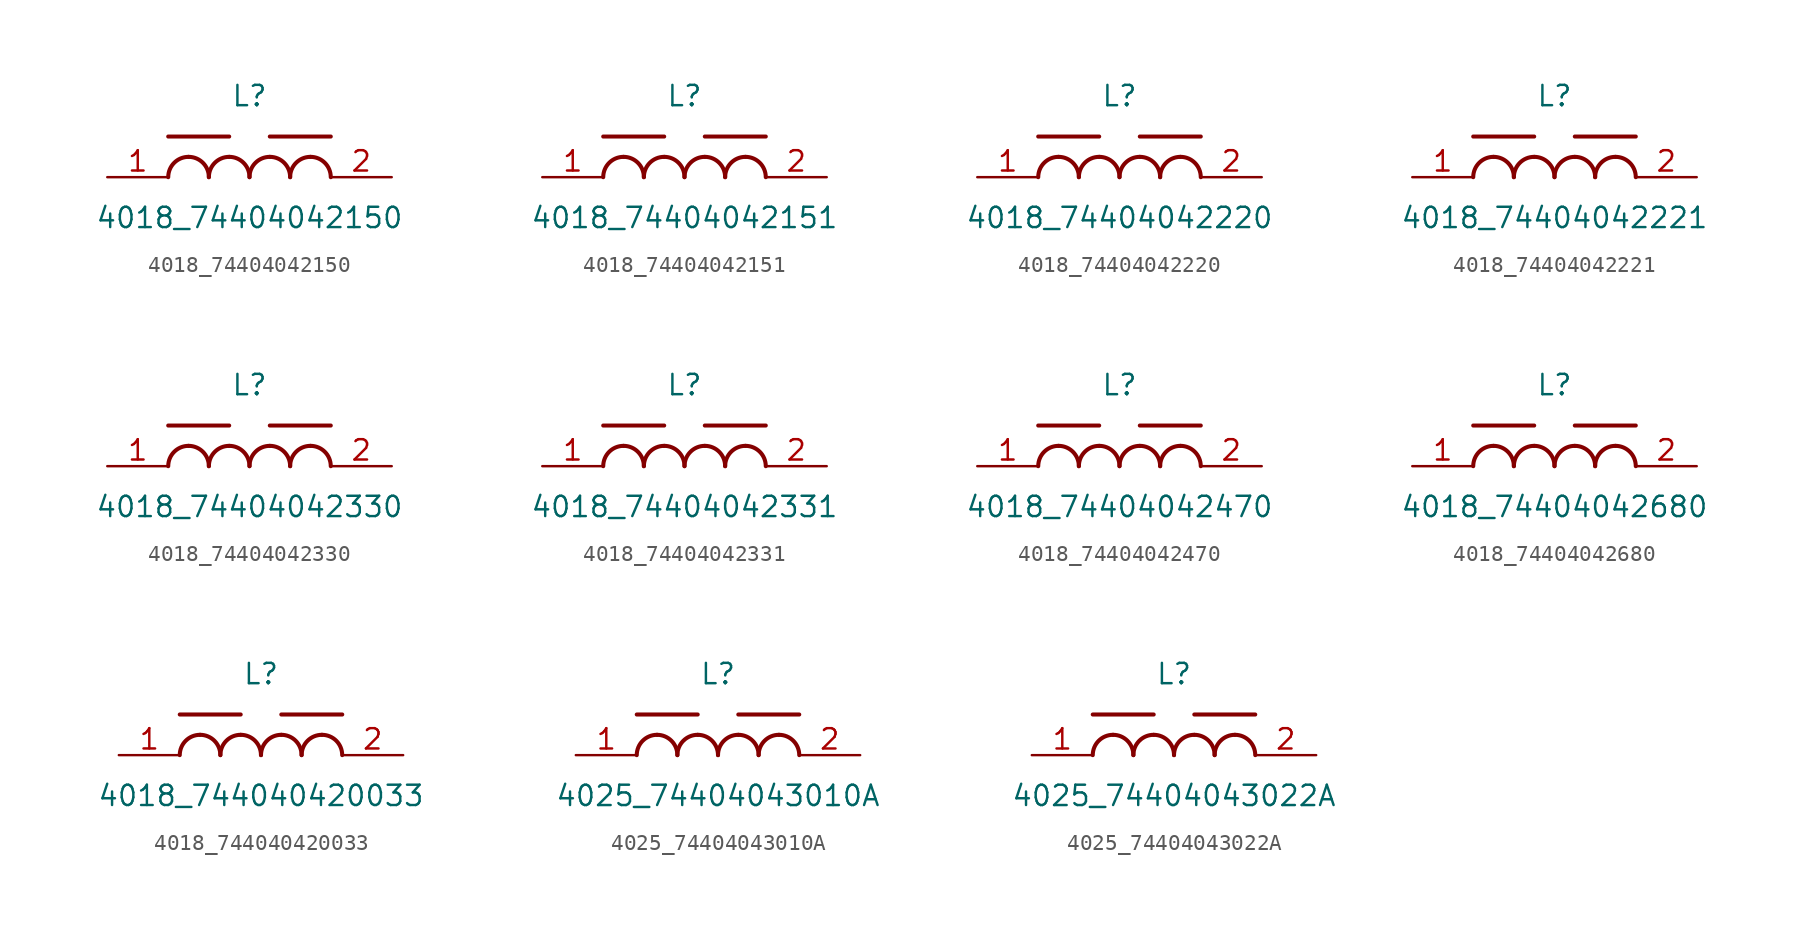
<source format=kicad_sym>
(kicad_symbol_lib
  (version 20211014)
  (generator kicad_symbol_editor)
  (symbol "Inductor_Wurth_WE-LQS:4018_74404042150"
    (pin_names hide)
    (property "Reference" "L"
      (at 0 5.08 0)
      (effects (font (size 1.27 1.27))))
    (property "Value" "4018_74404042150"
      (at 0 -2.54 0)
      (effects (font (size 1.27 1.27))))
    (symbol "4018_74404042150_0_1"
      (arc (start -3.81 1.27) (mid -4.708 0.898) (end -5.08 0) (stroke (width 0.254) (type default) (color 0 0 0 0)) (fill (type none)))
      (arc (start -2.54 0) (mid -2.912 0.898) (end -3.81 1.27) (stroke (width 0.254) (type default) (color 0 0 0 0)) (fill (type none)))
      (arc (start -1.2699 1.2701) (mid -2.1679 0.8981) (end -2.5399 0.0001) (stroke (width 0.254) (type default) (color 0 0 0 0)) (fill (type none)))
      (polyline (pts (xy -5.08 2.54) (xy -1.27 2.54)) (stroke (width 0.254) (type default) (color 0 0 0 0)) (fill (type none)))
      (polyline (pts (xy 5.08 2.54) (xy 1.27 2.54)) (stroke (width 0.254) (type default) (color 0 0 0 0)) (fill (type none)))
      (arc (start 0.0001 0.0001) (mid -0.3719 0.8981) (end -1.2699 1.2701) (stroke (width 0.254) (type default) (color 0 0 0 0)) (fill (type none)))
      (arc (start 1.2701 1.2701) (mid 0.3721 0.8981) (end 0.0001 0.0001) (stroke (width 0.254) (type default) (color 0 0 0 0)) (fill (type none)))
      (arc (start 2.5401 0.0001) (mid 2.1681 0.8981) (end 1.2701 1.2701) (stroke (width 0.254) (type default) (color 0 0 0 0)) (fill (type none)))
      (arc (start 3.8101 1.2701) (mid 2.9121 0.8981) (end 2.5401 0.0001) (stroke (width 0.254) (type default) (color 0 0 0 0)) (fill (type none)))
      (arc (start 5.0801 0.0001) (mid 4.7081 0.8981) (end 3.8101 1.2701) (stroke (width 0.254) (type default) (color 0 0 0 0)) (fill (type none))))
    (symbol "4018_74404042150_1_1"
      (pin passive line (at -8.89 0 0) (length 3.81) (name "1" (effects (font (size 1.27 1.27)))) (number "1" (effects (font (size 1.27 1.27)))))
      (pin passive line (at 8.89 0 180) (length 3.81) (name "2" (effects (font (size 1.27 1.27)))) (number "2" (effects (font (size 1.27 1.27)))))))
  (symbol "Inductor_Wurth_WE-LQS:4018_74404042151"
    (pin_names hide)
    (property "Reference" "L"
      (at 0 5.08 0)
      (effects (font (size 1.27 1.27))))
    (property "Value" "4018_74404042151"
      (at 0 -2.54 0)
      (effects (font (size 1.27 1.27))))
    (symbol "4018_74404042151_0_1"
      (arc (start -3.81 1.27) (mid -4.708 0.898) (end -5.08 0) (stroke (width 0.254) (type default) (color 0 0 0 0)) (fill (type none)))
      (arc (start -2.54 0) (mid -2.912 0.898) (end -3.81 1.27) (stroke (width 0.254) (type default) (color 0 0 0 0)) (fill (type none)))
      (arc (start -1.2699 1.2701) (mid -2.1679 0.8981) (end -2.5399 0.0001) (stroke (width 0.254) (type default) (color 0 0 0 0)) (fill (type none)))
      (polyline (pts (xy -5.08 2.54) (xy -1.27 2.54)) (stroke (width 0.254) (type default) (color 0 0 0 0)) (fill (type none)))
      (polyline (pts (xy 5.08 2.54) (xy 1.27 2.54)) (stroke (width 0.254) (type default) (color 0 0 0 0)) (fill (type none)))
      (arc (start 0.0001 0.0001) (mid -0.3719 0.8981) (end -1.2699 1.2701) (stroke (width 0.254) (type default) (color 0 0 0 0)) (fill (type none)))
      (arc (start 1.2701 1.2701) (mid 0.3721 0.8981) (end 0.0001 0.0001) (stroke (width 0.254) (type default) (color 0 0 0 0)) (fill (type none)))
      (arc (start 2.5401 0.0001) (mid 2.1681 0.8981) (end 1.2701 1.2701) (stroke (width 0.254) (type default) (color 0 0 0 0)) (fill (type none)))
      (arc (start 3.8101 1.2701) (mid 2.9121 0.8981) (end 2.5401 0.0001) (stroke (width 0.254) (type default) (color 0 0 0 0)) (fill (type none)))
      (arc (start 5.0801 0.0001) (mid 4.7081 0.8981) (end 3.8101 1.2701) (stroke (width 0.254) (type default) (color 0 0 0 0)) (fill (type none))))
    (symbol "4018_74404042151_1_1"
      (pin passive line (at -8.89 0 0) (length 3.81) (name "1" (effects (font (size 1.27 1.27)))) (number "1" (effects (font (size 1.27 1.27)))))
      (pin passive line (at 8.89 0 180) (length 3.81) (name "2" (effects (font (size 1.27 1.27)))) (number "2" (effects (font (size 1.27 1.27)))))))
  (symbol "Inductor_Wurth_WE-LQS:4018_74404042220"
    (pin_names hide)
    (property "Reference" "L"
      (at 0 5.08 0)
      (effects (font (size 1.27 1.27))))
    (property "Value" "4018_74404042220"
      (at 0 -2.54 0)
      (effects (font (size 1.27 1.27))))
    (symbol "4018_74404042220_0_1"
      (arc (start -3.81 1.27) (mid -4.708 0.898) (end -5.08 0) (stroke (width 0.254) (type default) (color 0 0 0 0)) (fill (type none)))
      (arc (start -2.54 0) (mid -2.912 0.898) (end -3.81 1.27) (stroke (width 0.254) (type default) (color 0 0 0 0)) (fill (type none)))
      (arc (start -1.2699 1.2701) (mid -2.1679 0.8981) (end -2.5399 0.0001) (stroke (width 0.254) (type default) (color 0 0 0 0)) (fill (type none)))
      (polyline (pts (xy -5.08 2.54) (xy -1.27 2.54)) (stroke (width 0.254) (type default) (color 0 0 0 0)) (fill (type none)))
      (polyline (pts (xy 5.08 2.54) (xy 1.27 2.54)) (stroke (width 0.254) (type default) (color 0 0 0 0)) (fill (type none)))
      (arc (start 0.0001 0.0001) (mid -0.3719 0.8981) (end -1.2699 1.2701) (stroke (width 0.254) (type default) (color 0 0 0 0)) (fill (type none)))
      (arc (start 1.2701 1.2701) (mid 0.3721 0.8981) (end 0.0001 0.0001) (stroke (width 0.254) (type default) (color 0 0 0 0)) (fill (type none)))
      (arc (start 2.5401 0.0001) (mid 2.1681 0.8981) (end 1.2701 1.2701) (stroke (width 0.254) (type default) (color 0 0 0 0)) (fill (type none)))
      (arc (start 3.8101 1.2701) (mid 2.9121 0.8981) (end 2.5401 0.0001) (stroke (width 0.254) (type default) (color 0 0 0 0)) (fill (type none)))
      (arc (start 5.0801 0.0001) (mid 4.7081 0.8981) (end 3.8101 1.2701) (stroke (width 0.254) (type default) (color 0 0 0 0)) (fill (type none))))
    (symbol "4018_74404042220_1_1"
      (pin passive line (at -8.89 0 0) (length 3.81) (name "1" (effects (font (size 1.27 1.27)))) (number "1" (effects (font (size 1.27 1.27)))))
      (pin passive line (at 8.89 0 180) (length 3.81) (name "2" (effects (font (size 1.27 1.27)))) (number "2" (effects (font (size 1.27 1.27)))))))
  (symbol "Inductor_Wurth_WE-LQS:4018_74404042221"
    (pin_names hide)
    (property "Reference" "L"
      (at 0 5.08 0)
      (effects (font (size 1.27 1.27))))
    (property "Value" "4018_74404042221"
      (at 0 -2.54 0)
      (effects (font (size 1.27 1.27))))
    (symbol "4018_74404042221_0_1"
      (arc (start -3.81 1.27) (mid -4.708 0.898) (end -5.08 0) (stroke (width 0.254) (type default) (color 0 0 0 0)) (fill (type none)))
      (arc (start -2.54 0) (mid -2.912 0.898) (end -3.81 1.27) (stroke (width 0.254) (type default) (color 0 0 0 0)) (fill (type none)))
      (arc (start -1.2699 1.2701) (mid -2.1679 0.8981) (end -2.5399 0.0001) (stroke (width 0.254) (type default) (color 0 0 0 0)) (fill (type none)))
      (polyline (pts (xy -5.08 2.54) (xy -1.27 2.54)) (stroke (width 0.254) (type default) (color 0 0 0 0)) (fill (type none)))
      (polyline (pts (xy 5.08 2.54) (xy 1.27 2.54)) (stroke (width 0.254) (type default) (color 0 0 0 0)) (fill (type none)))
      (arc (start 0.0001 0.0001) (mid -0.3719 0.8981) (end -1.2699 1.2701) (stroke (width 0.254) (type default) (color 0 0 0 0)) (fill (type none)))
      (arc (start 1.2701 1.2701) (mid 0.3721 0.8981) (end 0.0001 0.0001) (stroke (width 0.254) (type default) (color 0 0 0 0)) (fill (type none)))
      (arc (start 2.5401 0.0001) (mid 2.1681 0.8981) (end 1.2701 1.2701) (stroke (width 0.254) (type default) (color 0 0 0 0)) (fill (type none)))
      (arc (start 3.8101 1.2701) (mid 2.9121 0.8981) (end 2.5401 0.0001) (stroke (width 0.254) (type default) (color 0 0 0 0)) (fill (type none)))
      (arc (start 5.0801 0.0001) (mid 4.7081 0.8981) (end 3.8101 1.2701) (stroke (width 0.254) (type default) (color 0 0 0 0)) (fill (type none))))
    (symbol "4018_74404042221_1_1"
      (pin passive line (at -8.89 0 0) (length 3.81) (name "1" (effects (font (size 1.27 1.27)))) (number "1" (effects (font (size 1.27 1.27)))))
      (pin passive line (at 8.89 0 180) (length 3.81) (name "2" (effects (font (size 1.27 1.27)))) (number "2" (effects (font (size 1.27 1.27)))))))
  (symbol "Inductor_Wurth_WE-LQS:4018_74404042330"
    (pin_names hide)
    (property "Reference" "L"
      (at 0 5.08 0)
      (effects (font (size 1.27 1.27))))
    (property "Value" "4018_74404042330"
      (at 0 -2.54 0)
      (effects (font (size 1.27 1.27))))
    (symbol "4018_74404042330_0_1"
      (arc (start -3.81 1.27) (mid -4.708 0.898) (end -5.08 0) (stroke (width 0.254) (type default) (color 0 0 0 0)) (fill (type none)))
      (arc (start -2.54 0) (mid -2.912 0.898) (end -3.81 1.27) (stroke (width 0.254) (type default) (color 0 0 0 0)) (fill (type none)))
      (arc (start -1.2699 1.2701) (mid -2.1679 0.8981) (end -2.5399 0.0001) (stroke (width 0.254) (type default) (color 0 0 0 0)) (fill (type none)))
      (polyline (pts (xy -5.08 2.54) (xy -1.27 2.54)) (stroke (width 0.254) (type default) (color 0 0 0 0)) (fill (type none)))
      (polyline (pts (xy 5.08 2.54) (xy 1.27 2.54)) (stroke (width 0.254) (type default) (color 0 0 0 0)) (fill (type none)))
      (arc (start 0.0001 0.0001) (mid -0.3719 0.8981) (end -1.2699 1.2701) (stroke (width 0.254) (type default) (color 0 0 0 0)) (fill (type none)))
      (arc (start 1.2701 1.2701) (mid 0.3721 0.8981) (end 0.0001 0.0001) (stroke (width 0.254) (type default) (color 0 0 0 0)) (fill (type none)))
      (arc (start 2.5401 0.0001) (mid 2.1681 0.8981) (end 1.2701 1.2701) (stroke (width 0.254) (type default) (color 0 0 0 0)) (fill (type none)))
      (arc (start 3.8101 1.2701) (mid 2.9121 0.8981) (end 2.5401 0.0001) (stroke (width 0.254) (type default) (color 0 0 0 0)) (fill (type none)))
      (arc (start 5.0801 0.0001) (mid 4.7081 0.8981) (end 3.8101 1.2701) (stroke (width 0.254) (type default) (color 0 0 0 0)) (fill (type none))))
    (symbol "4018_74404042330_1_1"
      (pin passive line (at -8.89 0 0) (length 3.81) (name "1" (effects (font (size 1.27 1.27)))) (number "1" (effects (font (size 1.27 1.27)))))
      (pin passive line (at 8.89 0 180) (length 3.81) (name "2" (effects (font (size 1.27 1.27)))) (number "2" (effects (font (size 1.27 1.27)))))))
  (symbol "Inductor_Wurth_WE-LQS:4018_74404042331"
    (pin_names hide)
    (property "Reference" "L"
      (at 0 5.08 0)
      (effects (font (size 1.27 1.27))))
    (property "Value" "4018_74404042331"
      (at 0 -2.54 0)
      (effects (font (size 1.27 1.27))))
    (symbol "4018_74404042331_0_1"
      (arc (start -3.81 1.27) (mid -4.708 0.898) (end -5.08 0) (stroke (width 0.254) (type default) (color 0 0 0 0)) (fill (type none)))
      (arc (start -2.54 0) (mid -2.912 0.898) (end -3.81 1.27) (stroke (width 0.254) (type default) (color 0 0 0 0)) (fill (type none)))
      (arc (start -1.2699 1.2701) (mid -2.1679 0.8981) (end -2.5399 0.0001) (stroke (width 0.254) (type default) (color 0 0 0 0)) (fill (type none)))
      (polyline (pts (xy -5.08 2.54) (xy -1.27 2.54)) (stroke (width 0.254) (type default) (color 0 0 0 0)) (fill (type none)))
      (polyline (pts (xy 5.08 2.54) (xy 1.27 2.54)) (stroke (width 0.254) (type default) (color 0 0 0 0)) (fill (type none)))
      (arc (start 0.0001 0.0001) (mid -0.3719 0.8981) (end -1.2699 1.2701) (stroke (width 0.254) (type default) (color 0 0 0 0)) (fill (type none)))
      (arc (start 1.2701 1.2701) (mid 0.3721 0.8981) (end 0.0001 0.0001) (stroke (width 0.254) (type default) (color 0 0 0 0)) (fill (type none)))
      (arc (start 2.5401 0.0001) (mid 2.1681 0.8981) (end 1.2701 1.2701) (stroke (width 0.254) (type default) (color 0 0 0 0)) (fill (type none)))
      (arc (start 3.8101 1.2701) (mid 2.9121 0.8981) (end 2.5401 0.0001) (stroke (width 0.254) (type default) (color 0 0 0 0)) (fill (type none)))
      (arc (start 5.0801 0.0001) (mid 4.7081 0.8981) (end 3.8101 1.2701) (stroke (width 0.254) (type default) (color 0 0 0 0)) (fill (type none))))
    (symbol "4018_74404042331_1_1"
      (pin passive line (at -8.89 0 0) (length 3.81) (name "1" (effects (font (size 1.27 1.27)))) (number "1" (effects (font (size 1.27 1.27)))))
      (pin passive line (at 8.89 0 180) (length 3.81) (name "2" (effects (font (size 1.27 1.27)))) (number "2" (effects (font (size 1.27 1.27)))))))
  (symbol "Inductor_Wurth_WE-LQS:4018_74404042470"
    (pin_names hide)
    (property "Reference" "L"
      (at 0 5.08 0)
      (effects (font (size 1.27 1.27))))
    (property "Value" "4018_74404042470"
      (at 0 -2.54 0)
      (effects (font (size 1.27 1.27))))
    (symbol "4018_74404042470_0_1"
      (arc (start -3.81 1.27) (mid -4.708 0.898) (end -5.08 0) (stroke (width 0.254) (type default) (color 0 0 0 0)) (fill (type none)))
      (arc (start -2.54 0) (mid -2.912 0.898) (end -3.81 1.27) (stroke (width 0.254) (type default) (color 0 0 0 0)) (fill (type none)))
      (arc (start -1.2699 1.2701) (mid -2.1679 0.8981) (end -2.5399 0.0001) (stroke (width 0.254) (type default) (color 0 0 0 0)) (fill (type none)))
      (polyline (pts (xy -5.08 2.54) (xy -1.27 2.54)) (stroke (width 0.254) (type default) (color 0 0 0 0)) (fill (type none)))
      (polyline (pts (xy 5.08 2.54) (xy 1.27 2.54)) (stroke (width 0.254) (type default) (color 0 0 0 0)) (fill (type none)))
      (arc (start 0.0001 0.0001) (mid -0.3719 0.8981) (end -1.2699 1.2701) (stroke (width 0.254) (type default) (color 0 0 0 0)) (fill (type none)))
      (arc (start 1.2701 1.2701) (mid 0.3721 0.8981) (end 0.0001 0.0001) (stroke (width 0.254) (type default) (color 0 0 0 0)) (fill (type none)))
      (arc (start 2.5401 0.0001) (mid 2.1681 0.8981) (end 1.2701 1.2701) (stroke (width 0.254) (type default) (color 0 0 0 0)) (fill (type none)))
      (arc (start 3.8101 1.2701) (mid 2.9121 0.8981) (end 2.5401 0.0001) (stroke (width 0.254) (type default) (color 0 0 0 0)) (fill (type none)))
      (arc (start 5.0801 0.0001) (mid 4.7081 0.8981) (end 3.8101 1.2701) (stroke (width 0.254) (type default) (color 0 0 0 0)) (fill (type none))))
    (symbol "4018_74404042470_1_1"
      (pin passive line (at -8.89 0 0) (length 3.81) (name "1" (effects (font (size 1.27 1.27)))) (number "1" (effects (font (size 1.27 1.27)))))
      (pin passive line (at 8.89 0 180) (length 3.81) (name "2" (effects (font (size 1.27 1.27)))) (number "2" (effects (font (size 1.27 1.27)))))))
  (symbol "Inductor_Wurth_WE-LQS:4018_74404042680"
    (pin_names hide)
    (property "Reference" "L"
      (at 0 5.08 0)
      (effects (font (size 1.27 1.27))))
    (property "Value" "4018_74404042680"
      (at 0 -2.54 0)
      (effects (font (size 1.27 1.27))))
    (symbol "4018_74404042680_0_1"
      (arc (start -3.81 1.27) (mid -4.708 0.898) (end -5.08 0) (stroke (width 0.254) (type default) (color 0 0 0 0)) (fill (type none)))
      (arc (start -2.54 0) (mid -2.912 0.898) (end -3.81 1.27) (stroke (width 0.254) (type default) (color 0 0 0 0)) (fill (type none)))
      (arc (start -1.2699 1.2701) (mid -2.1679 0.8981) (end -2.5399 0.0001) (stroke (width 0.254) (type default) (color 0 0 0 0)) (fill (type none)))
      (polyline (pts (xy -5.08 2.54) (xy -1.27 2.54)) (stroke (width 0.254) (type default) (color 0 0 0 0)) (fill (type none)))
      (polyline (pts (xy 5.08 2.54) (xy 1.27 2.54)) (stroke (width 0.254) (type default) (color 0 0 0 0)) (fill (type none)))
      (arc (start 0.0001 0.0001) (mid -0.3719 0.8981) (end -1.2699 1.2701) (stroke (width 0.254) (type default) (color 0 0 0 0)) (fill (type none)))
      (arc (start 1.2701 1.2701) (mid 0.3721 0.8981) (end 0.0001 0.0001) (stroke (width 0.254) (type default) (color 0 0 0 0)) (fill (type none)))
      (arc (start 2.5401 0.0001) (mid 2.1681 0.8981) (end 1.2701 1.2701) (stroke (width 0.254) (type default) (color 0 0 0 0)) (fill (type none)))
      (arc (start 3.8101 1.2701) (mid 2.9121 0.8981) (end 2.5401 0.0001) (stroke (width 0.254) (type default) (color 0 0 0 0)) (fill (type none)))
      (arc (start 5.0801 0.0001) (mid 4.7081 0.8981) (end 3.8101 1.2701) (stroke (width 0.254) (type default) (color 0 0 0 0)) (fill (type none))))
    (symbol "4018_74404042680_1_1"
      (pin passive line (at -8.89 0 0) (length 3.81) (name "1" (effects (font (size 1.27 1.27)))) (number "1" (effects (font (size 1.27 1.27)))))
      (pin passive line (at 8.89 0 180) (length 3.81) (name "2" (effects (font (size 1.27 1.27)))) (number "2" (effects (font (size 1.27 1.27)))))))
  (symbol "Inductor_Wurth_WE-LQS:4018_744040420033"
    (pin_names hide)
    (property "Reference" "L"
      (at 0 5.08 0)
      (effects (font (size 1.27 1.27))))
    (property "Value" "4018_744040420033"
      (at 0 -2.54 0)
      (effects (font (size 1.27 1.27))))
    (symbol "4018_744040420033_0_1"
      (arc (start -3.81 1.27) (mid -4.708 0.898) (end -5.08 0) (stroke (width 0.254) (type default) (color 0 0 0 0)) (fill (type none)))
      (arc (start -2.54 0) (mid -2.912 0.898) (end -3.81 1.27) (stroke (width 0.254) (type default) (color 0 0 0 0)) (fill (type none)))
      (arc (start -1.2699 1.2701) (mid -2.1679 0.8981) (end -2.5399 0.0001) (stroke (width 0.254) (type default) (color 0 0 0 0)) (fill (type none)))
      (polyline (pts (xy -5.08 2.54) (xy -1.27 2.54)) (stroke (width 0.254) (type default) (color 0 0 0 0)) (fill (type none)))
      (polyline (pts (xy 5.08 2.54) (xy 1.27 2.54)) (stroke (width 0.254) (type default) (color 0 0 0 0)) (fill (type none)))
      (arc (start 0.0001 0.0001) (mid -0.3719 0.8981) (end -1.2699 1.2701) (stroke (width 0.254) (type default) (color 0 0 0 0)) (fill (type none)))
      (arc (start 1.2701 1.2701) (mid 0.3721 0.8981) (end 0.0001 0.0001) (stroke (width 0.254) (type default) (color 0 0 0 0)) (fill (type none)))
      (arc (start 2.5401 0.0001) (mid 2.1681 0.8981) (end 1.2701 1.2701) (stroke (width 0.254) (type default) (color 0 0 0 0)) (fill (type none)))
      (arc (start 3.8101 1.2701) (mid 2.9121 0.8981) (end 2.5401 0.0001) (stroke (width 0.254) (type default) (color 0 0 0 0)) (fill (type none)))
      (arc (start 5.0801 0.0001) (mid 4.7081 0.8981) (end 3.8101 1.2701) (stroke (width 0.254) (type default) (color 0 0 0 0)) (fill (type none))))
    (symbol "4018_744040420033_1_1"
      (pin passive line (at -8.89 0 0) (length 3.81) (name "1" (effects (font (size 1.27 1.27)))) (number "1" (effects (font (size 1.27 1.27)))))
      (pin passive line (at 8.89 0 180) (length 3.81) (name "2" (effects (font (size 1.27 1.27)))) (number "2" (effects (font (size 1.27 1.27)))))))
  (symbol "Inductor_Wurth_WE-LQS:4025_74404043010A"
    (pin_names hide)
    (property "Reference" "L"
      (at 0 5.08 0)
      (effects (font (size 1.27 1.27))))
    (property "Value" "4025_74404043010A"
      (at 0 -2.54 0)
      (effects (font (size 1.27 1.27))))
    (symbol "4025_74404043010A_0_1"
      (arc (start -3.81 1.27) (mid -4.708 0.898) (end -5.08 0) (stroke (width 0.254) (type default) (color 0 0 0 0)) (fill (type none)))
      (arc (start -2.54 0) (mid -2.912 0.898) (end -3.81 1.27) (stroke (width 0.254) (type default) (color 0 0 0 0)) (fill (type none)))
      (arc (start -1.2699 1.2701) (mid -2.1679 0.8981) (end -2.5399 0.0001) (stroke (width 0.254) (type default) (color 0 0 0 0)) (fill (type none)))
      (polyline (pts (xy -5.08 2.54) (xy -1.27 2.54)) (stroke (width 0.254) (type default) (color 0 0 0 0)) (fill (type none)))
      (polyline (pts (xy 5.08 2.54) (xy 1.27 2.54)) (stroke (width 0.254) (type default) (color 0 0 0 0)) (fill (type none)))
      (arc (start 0.0001 0.0001) (mid -0.3719 0.8981) (end -1.2699 1.2701) (stroke (width 0.254) (type default) (color 0 0 0 0)) (fill (type none)))
      (arc (start 1.2701 1.2701) (mid 0.3721 0.8981) (end 0.0001 0.0001) (stroke (width 0.254) (type default) (color 0 0 0 0)) (fill (type none)))
      (arc (start 2.5401 0.0001) (mid 2.1681 0.8981) (end 1.2701 1.2701) (stroke (width 0.254) (type default) (color 0 0 0 0)) (fill (type none)))
      (arc (start 3.8101 1.2701) (mid 2.9121 0.8981) (end 2.5401 0.0001) (stroke (width 0.254) (type default) (color 0 0 0 0)) (fill (type none)))
      (arc (start 5.0801 0.0001) (mid 4.7081 0.8981) (end 3.8101 1.2701) (stroke (width 0.254) (type default) (color 0 0 0 0)) (fill (type none))))
    (symbol "4025_74404043010A_1_1"
      (pin passive line (at -8.89 0 0) (length 3.81) (name "1" (effects (font (size 1.27 1.27)))) (number "1" (effects (font (size 1.27 1.27)))))
      (pin passive line (at 8.89 0 180) (length 3.81) (name "2" (effects (font (size 1.27 1.27)))) (number "2" (effects (font (size 1.27 1.27)))))))
  (symbol "Inductor_Wurth_WE-LQS:4025_74404043022A"
    (pin_names hide)
    (property "Reference" "L"
      (at 0 5.08 0)
      (effects (font (size 1.27 1.27))))
    (property "Value" "4025_74404043022A"
      (at 0 -2.54 0)
      (effects (font (size 1.27 1.27))))
    (symbol "4025_74404043022A_0_1"
      (arc (start -3.81 1.27) (mid -4.708 0.898) (end -5.08 0) (stroke (width 0.254) (type default) (color 0 0 0 0)) (fill (type none)))
      (arc (start -2.54 0) (mid -2.912 0.898) (end -3.81 1.27) (stroke (width 0.254) (type default) (color 0 0 0 0)) (fill (type none)))
      (arc (start -1.2699 1.2701) (mid -2.1679 0.8981) (end -2.5399 0.0001) (stroke (width 0.254) (type default) (color 0 0 0 0)) (fill (type none)))
      (polyline (pts (xy -5.08 2.54) (xy -1.27 2.54)) (stroke (width 0.254) (type default) (color 0 0 0 0)) (fill (type none)))
      (polyline (pts (xy 5.08 2.54) (xy 1.27 2.54)) (stroke (width 0.254) (type default) (color 0 0 0 0)) (fill (type none)))
      (arc (start 0.0001 0.0001) (mid -0.3719 0.8981) (end -1.2699 1.2701) (stroke (width 0.254) (type default) (color 0 0 0 0)) (fill (type none)))
      (arc (start 1.2701 1.2701) (mid 0.3721 0.8981) (end 0.0001 0.0001) (stroke (width 0.254) (type default) (color 0 0 0 0)) (fill (type none)))
      (arc (start 2.5401 0.0001) (mid 2.1681 0.8981) (end 1.2701 1.2701) (stroke (width 0.254) (type default) (color 0 0 0 0)) (fill (type none)))
      (arc (start 3.8101 1.2701) (mid 2.9121 0.8981) (end 2.5401 0.0001) (stroke (width 0.254) (type default) (color 0 0 0 0)) (fill (type none)))
      (arc (start 5.0801 0.0001) (mid 4.7081 0.8981) (end 3.8101 1.2701) (stroke (width 0.254) (type default) (color 0 0 0 0)) (fill (type none))))
    (symbol "4025_74404043022A_1_1"
      (pin passive line (at -8.89 0 0) (length 3.81) (name "1" (effects (font (size 1.27 1.27)))) (number "1" (effects (font (size 1.27 1.27)))))
      (pin passive line (at 8.89 0 180) (length 3.81) (name "2" (effects (font (size 1.27 1.27)))) (number "2" (effects (font (size 1.27 1.27))))))))
</source>
